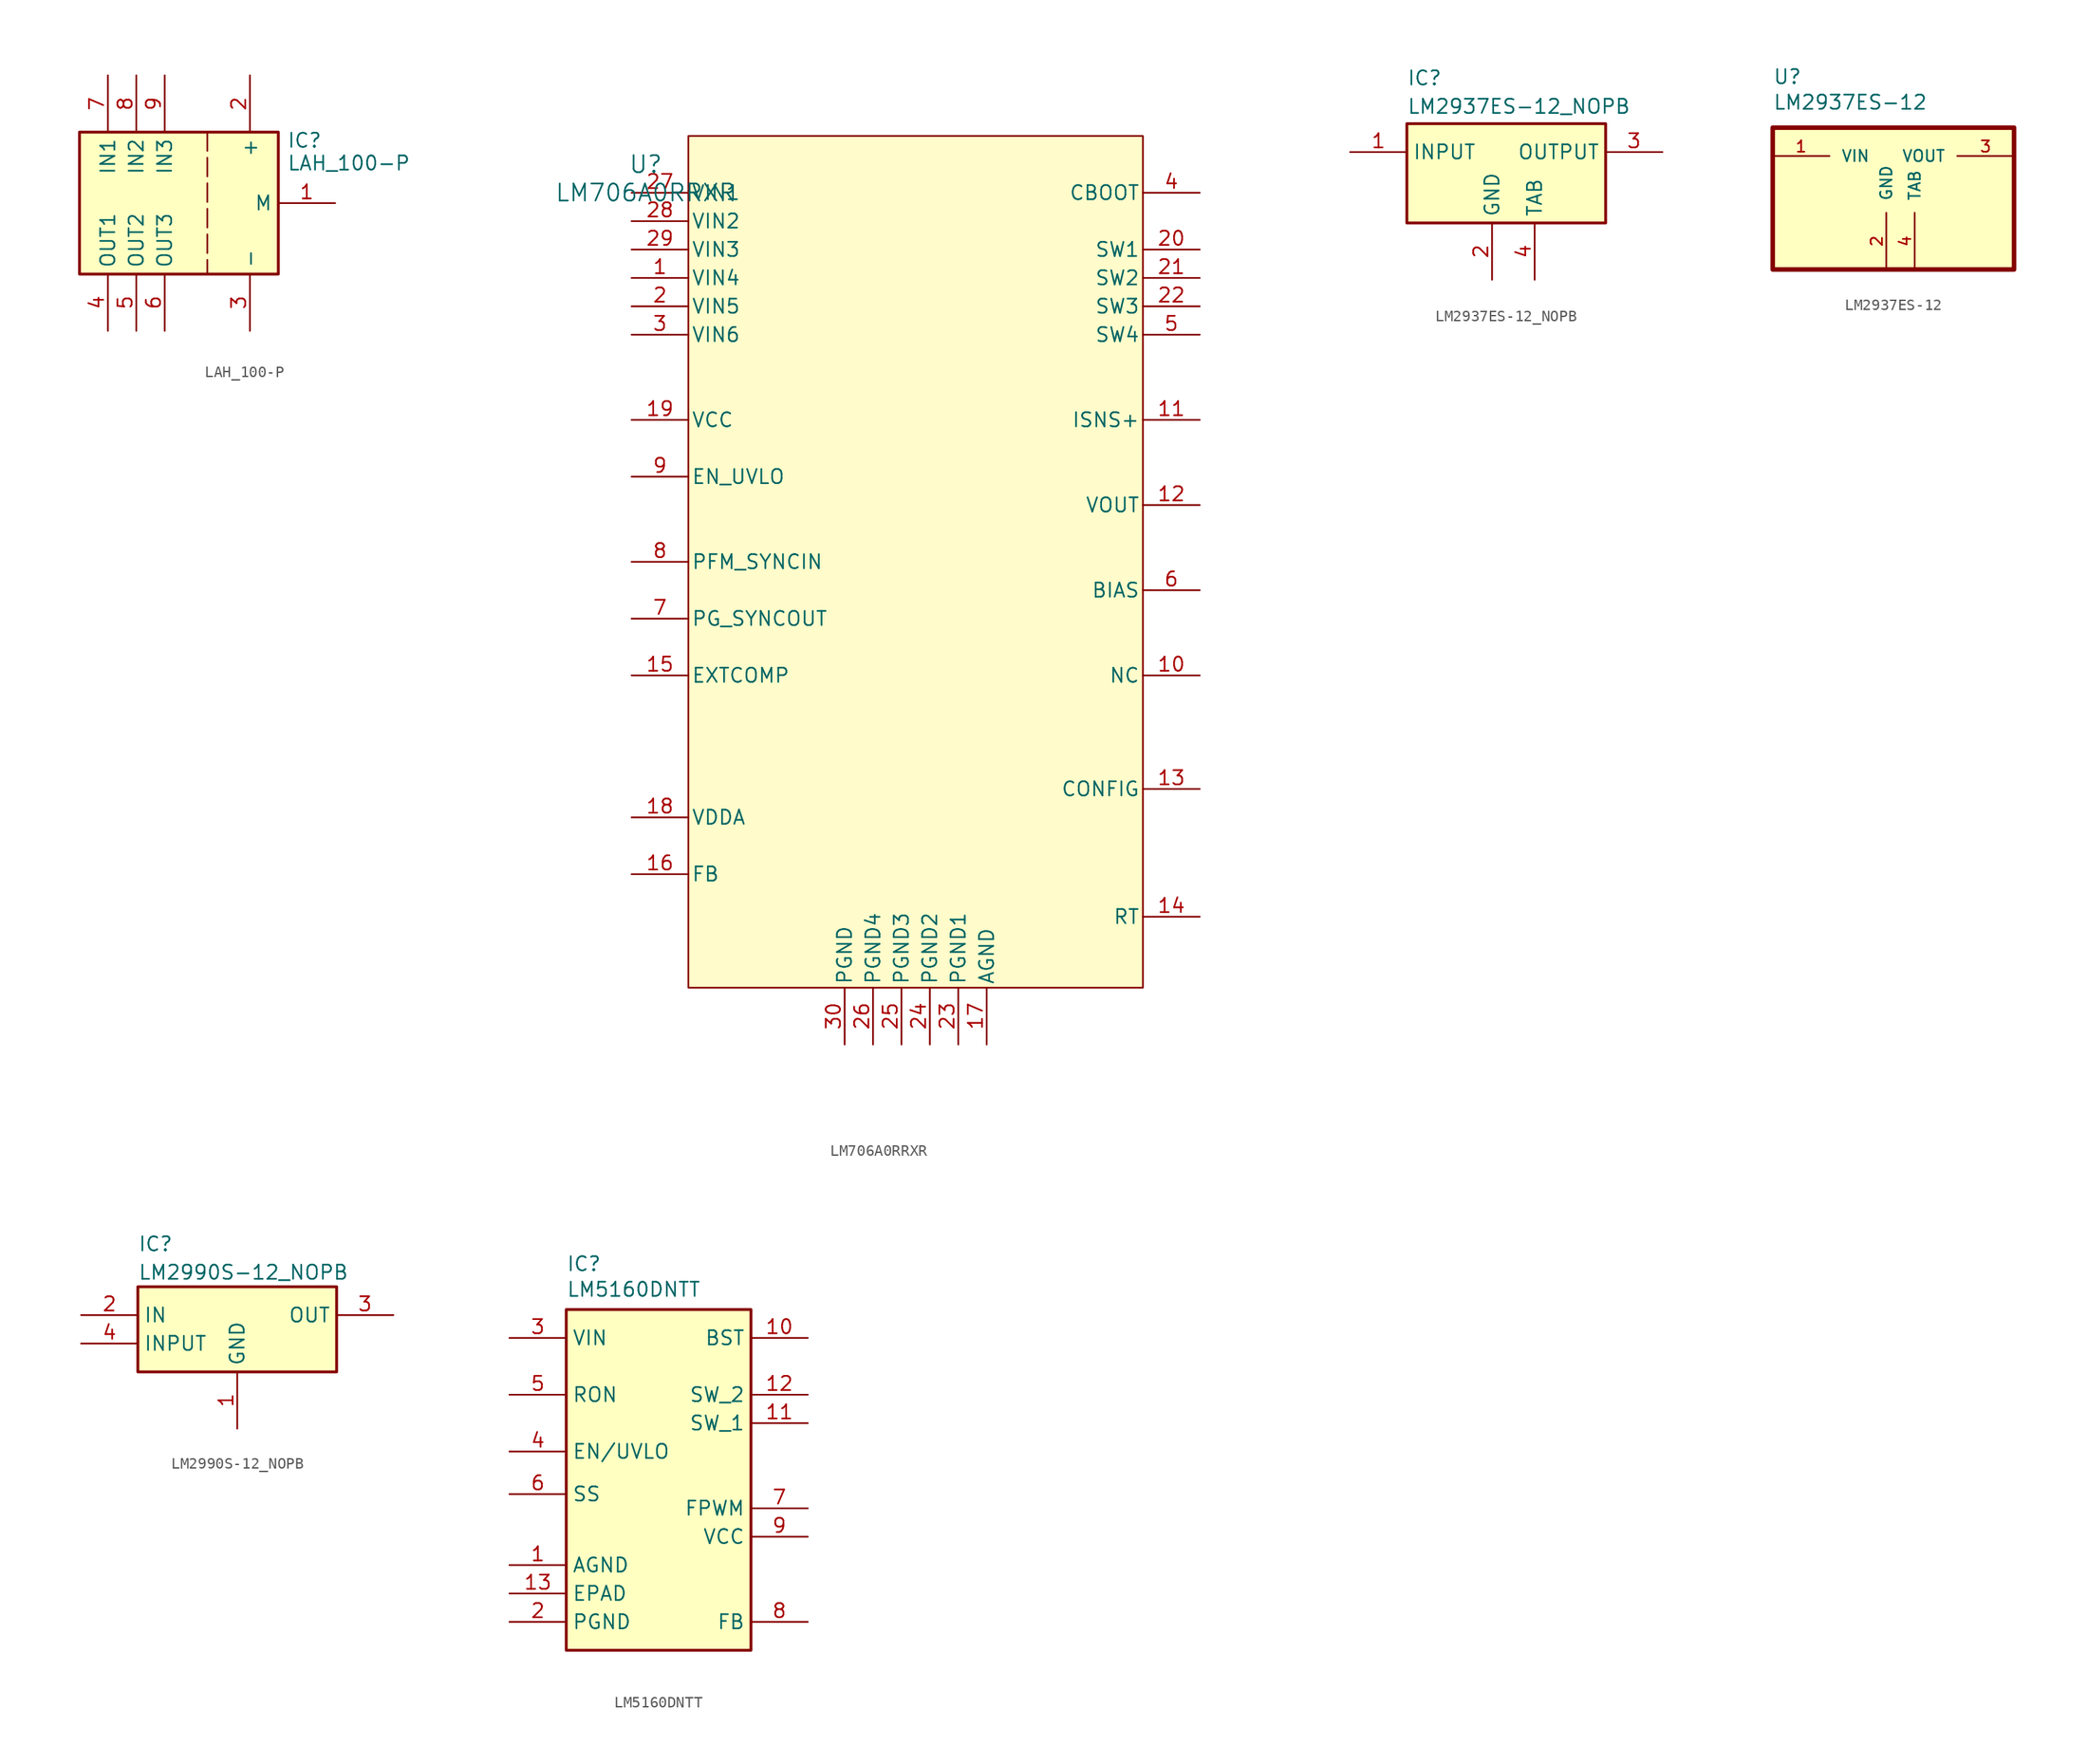
<source format=kicad_sym>
(kicad_symbol_lib
  (version 20241209)
  (generator "kicad_symbol_editor")
  (generator_version "9.0")
  (symbol "LAH_100-P"
    (property "Reference" "IC"
      (at 8.382 11.43 0)
      (effects (font (size 1.27 1.27)) (justify left top)))
    (property "Value" "LAH_100-P"
      (at 8.382 9.398 0)
      (effects (font (size 1.27 1.27)) (justify left top)))
    (symbol "LAH_100-P_1_1"
      (rectangle (start -10.16 11.43) (end 7.62 -1.27) (stroke (width 0.254) (type default)) (fill (type background)))
      (polyline (pts (xy 1.27 11.43) (xy 1.27 -1.27)) (stroke (width 0) (type dash)) (fill (type none)))
      (pin passive line (at -7.62 16.51 270) (length 5.08) (name "IN1" (effects (font (size 1.27 1.27)))) (number "7" (effects (font (size 1.27 1.27)))))
      (pin passive line (at -7.62 -6.35 90) (length 5.08) (name "OUT1" (effects (font (size 1.27 1.27)))) (number "4" (effects (font (size 1.27 1.27)))))
      (pin passive line (at -5.08 16.51 270) (length 5.08) (name "IN2" (effects (font (size 1.27 1.27)))) (number "8" (effects (font (size 1.27 1.27)))))
      (pin passive line (at -5.08 -6.35 90) (length 5.08) (name "OUT2" (effects (font (size 1.27 1.27)))) (number "5" (effects (font (size 1.27 1.27)))))
      (pin passive line (at -2.54 16.51 270) (length 5.08) (name "IN3" (effects (font (size 1.27 1.27)))) (number "9" (effects (font (size 1.27 1.27)))))
      (pin passive line (at -2.54 -6.35 90) (length 5.08) (name "OUT3" (effects (font (size 1.27 1.27)))) (number "6" (effects (font (size 1.27 1.27)))))
      (pin input line (at 5.08 16.51 270) (length 5.08) (name "+" (effects (font (size 1.27 1.27)))) (number "2" (effects (font (size 1.27 1.27)))))
      (pin input line (at 5.08 -6.35 90) (length 5.08) (name "-" (effects (font (size 1.27 1.27)))) (number "3" (effects (font (size 1.27 1.27)))))
      (pin passive line (at 12.7 5.08 180) (length 5.08) (name "M" (effects (font (size 1.27 1.27)))) (number "1" (effects (font (size 1.27 1.27)))))))
  (symbol "LM706A0RRXR"
    (pin_names
      (offset 0.254))
    (property "Reference" "U"
      (at 0 2.54 0)
      (effects (font (size 1.524 1.524))))
    (property "Value" "LM706A0RRXR"
      (at 0 0 0)
      (effects (font (size 1.524 1.524))))
    (symbol "LM706A0RRXR_0_1"
      (pin power_in line (at -1.27 0 0) (length 5.08) (name "VIN1" (effects (font (size 1.27 1.27)))) (number "27" (effects (font (size 1.27 1.27)))))
      (pin power_in line (at -1.27 -2.54 0) (length 5.08) (name "VIN2" (effects (font (size 1.27 1.27)))) (number "28" (effects (font (size 1.27 1.27)))))
      (pin power_in line (at -1.27 -5.08 0) (length 5.08) (name "VIN3" (effects (font (size 1.27 1.27)))) (number "29" (effects (font (size 1.27 1.27)))))
      (pin power_in line (at -1.27 -7.62 0) (length 5.08) (name "VIN4" (effects (font (size 1.27 1.27)))) (number "1" (effects (font (size 1.27 1.27)))))
      (pin power_in line (at -1.27 -10.16 0) (length 5.08) (name "VIN5" (effects (font (size 1.27 1.27)))) (number "2" (effects (font (size 1.27 1.27)))))
      (pin power_in line (at -1.27 -12.7 0) (length 5.08) (name "VIN6" (effects (font (size 1.27 1.27)))) (number "3" (effects (font (size 1.27 1.27)))))
      (pin power_in line (at -1.27 -20.32 0) (length 5.08) (name "VCC" (effects (font (size 1.27 1.27)))) (number "19" (effects (font (size 1.27 1.27)))))
      (pin input line (at -1.27 -25.4 0) (length 5.08) (name "EN_UVLO" (effects (font (size 1.27 1.27)))) (number "9" (effects (font (size 1.27 1.27)))))
      (pin input line (at -1.27 -33.02 0) (length 5.08) (name "PFM_SYNCIN" (effects (font (size 1.27 1.27)))) (number "8" (effects (font (size 1.27 1.27)))))
      (pin output line (at -1.27 -38.1 0) (length 5.08) (name "PG_SYNCOUT" (effects (font (size 1.27 1.27)))) (number "7" (effects (font (size 1.27 1.27)))))
      (pin unspecified line (at -1.27 -43.18 0) (length 5.08) (name "EXTCOMP" (effects (font (size 1.27 1.27)))) (number "15" (effects (font (size 1.27 1.27)))))
      (pin power_in line (at -1.27 -55.88 0) (length 5.08) (name "VDDA" (effects (font (size 1.27 1.27)))) (number "18" (effects (font (size 1.27 1.27)))))
      (pin unspecified line (at -1.27 -60.96 0) (length 5.08) (name "FB" (effects (font (size 1.27 1.27)))) (number "16" (effects (font (size 1.27 1.27)))))
      (pin power_in line (at 17.78 -76.2 90) (length 5.08) (name "PGND" (effects (font (size 1.27 1.27)))) (number "30" (effects (font (size 1.27 1.27)))))
      (pin power_in line (at 20.32 -76.2 90) (length 5.08) (name "PGND4" (effects (font (size 1.27 1.27)))) (number "26" (effects (font (size 1.27 1.27)))))
      (pin power_in line (at 22.86 -76.2 90) (length 5.08) (name "PGND3" (effects (font (size 1.27 1.27)))) (number "25" (effects (font (size 1.27 1.27)))))
      (pin power_in line (at 25.4 -76.2 90) (length 5.08) (name "PGND2" (effects (font (size 1.27 1.27)))) (number "24" (effects (font (size 1.27 1.27)))))
      (pin power_in line (at 27.94 -76.2 90) (length 5.08) (name "PGND1" (effects (font (size 1.27 1.27)))) (number "23" (effects (font (size 1.27 1.27)))))
      (pin power_in line (at 30.48 -76.2 90) (length 5.08) (name "AGND" (effects (font (size 1.27 1.27)))) (number "17" (effects (font (size 1.27 1.27)))))
      (pin unspecified line (at 49.53 0 180) (length 5.08) (name "CBOOT" (effects (font (size 1.27 1.27)))) (number "4" (effects (font (size 1.27 1.27)))))
      (pin unspecified line (at 49.53 -5.08 180) (length 5.08) (name "SW1" (effects (font (size 1.27 1.27)))) (number "20" (effects (font (size 1.27 1.27)))))
      (pin unspecified line (at 49.53 -7.62 180) (length 5.08) (name "SW2" (effects (font (size 1.27 1.27)))) (number "21" (effects (font (size 1.27 1.27)))))
      (pin unspecified line (at 49.53 -10.16 180) (length 5.08) (name "SW3" (effects (font (size 1.27 1.27)))) (number "22" (effects (font (size 1.27 1.27)))))
      (pin unspecified line (at 49.53 -12.7 180) (length 5.08) (name "SW4" (effects (font (size 1.27 1.27)))) (number "5" (effects (font (size 1.27 1.27)))))
      (pin unspecified line (at 49.53 -20.32 180) (length 5.08) (name "ISNS+" (effects (font (size 1.27 1.27)))) (number "11" (effects (font (size 1.27 1.27)))))
      (pin unspecified line (at 49.53 -27.94 180) (length 5.08) (name "VOUT" (effects (font (size 1.27 1.27)))) (number "12" (effects (font (size 1.27 1.27)))))
      (pin unspecified line (at 49.53 -35.56 180) (length 5.08) (name "BIAS" (effects (font (size 1.27 1.27)))) (number "6" (effects (font (size 1.27 1.27)))))
      (pin unspecified line (at 49.53 -43.18 180) (length 5.08) (name "NC" (effects (font (size 1.27 1.27)))) (number "10" (effects (font (size 1.27 1.27)))))
      (pin input line (at 49.53 -53.34 180) (length 5.08) (name "CONFIG" (effects (font (size 1.27 1.27)))) (number "13" (effects (font (size 1.27 1.27)))))
      (pin unspecified line (at 49.53 -64.77 180) (length 5.08) (name "RT" (effects (font (size 1.27 1.27)))) (number "14" (effects (font (size 1.27 1.27))))))
    (symbol "LM706A0RRXR_1_1"
      (rectangle (start 3.81 5.08) (end 44.45 -71.12) (stroke (width 0) (type solid)) (fill (type color) (color 255 251 202 1)))))
  (symbol "LM2937ES-12_NOPB"
    (property "Reference" "IC"
      (at -11.43 9.906 0)
      (effects (font (size 1.27 1.27)) (justify left top)))
    (property "Value" "LM2937ES-12_NOPB"
      (at -11.43 7.366 0)
      (effects (font (size 1.27 1.27)) (justify left top)))
    (symbol "LM2937ES-12_NOPB_1_1"
      (rectangle (start -11.43 5.08) (end 6.35 -3.81) (stroke (width 0.254) (type default)) (fill (type background)))
      (pin power_in line (at -16.51 2.54 0) (length 5.08) (name "INPUT" (effects (font (size 1.27 1.27)))) (number "1" (effects (font (size 1.27 1.27)))))
      (pin power_in line (at -3.81 -8.89 90) (length 5.08) (name "GND" (effects (font (size 1.27 1.27)))) (number "2" (effects (font (size 1.27 1.27)))))
      (pin power_in line (at 0 -8.89 90) (length 5.08) (name "TAB" (effects (font (size 1.27 1.27)))) (number "4" (effects (font (size 1.27 1.27)))))
      (pin power_out line (at 11.43 2.54 180) (length 5.08) (name "OUTPUT" (effects (font (size 1.27 1.27)))) (number "3" (effects (font (size 1.27 1.27)))))))
  (symbol "LM2937ES-12"
    (pin_names
      (offset 1.016))
    (property "Reference" "U"
      (at -11.43 11.43 0)
      (effects (font (size 1.27 1.27)) (justify left bottom)))
    (property "Value" "LM2937ES-12"
      (at -11.43 9.144 0)
      (effects (font (size 1.27 1.27)) (justify left bottom)))
    (symbol "LM2937ES-12_0_0"
      (rectangle (start -11.43 7.62) (end 10.16 -5.08) (stroke (width 0.41) (type default)) (fill (type background)))
      (pin input line (at -11.43 5.08 0) (length 5.08) (name "VIN" (effects (font (size 1.016 1.016)))) (number "1" (effects (font (size 1.016 1.016)))))
      (pin power_in line (at -1.27 -5.08 90) (length 5.08) (name "GND" (effects (font (size 1.016 1.016)))) (number "2" (effects (font (size 1.016 1.016)))))
      (pin bidirectional line (at 1.27 -5.08 90) (length 5.08) (name "TAB" (effects (font (size 1.016 1.016)))) (number "4" (effects (font (size 1.016 1.016)))))
      (pin output line (at 10.16 5.08 180) (length 5.08) (name "VOUT" (effects (font (size 1.016 1.016)))) (number "3" (effects (font (size 1.016 1.016)))))))
  (symbol "LM2990S-12_NOPB"
    (property "Reference" "IC"
      (at -8.89 9.652 0)
      (effects (font (size 1.27 1.27)) (justify left top)))
    (property "Value" "LM2990S-12_NOPB"
      (at -8.89 7.112 0)
      (effects (font (size 1.27 1.27)) (justify left top)))
    (symbol "LM2990S-12_NOPB_1_1"
      (rectangle (start -8.89 5.08) (end 8.89 -2.54) (stroke (width 0.254) (type default)) (fill (type background)))
      (pin power_in line (at -13.97 2.54 0) (length 5.08) (name "IN" (effects (font (size 1.27 1.27)))) (number "2" (effects (font (size 1.27 1.27)))))
      (pin power_in line (at -13.97 0 0) (length 5.08) (name "INPUT" (effects (font (size 1.27 1.27)))) (number "4" (effects (font (size 1.27 1.27)))))
      (pin power_in line (at 0 -7.62 90) (length 5.08) (name "GND" (effects (font (size 1.27 1.27)))) (number "1" (effects (font (size 1.27 1.27)))))
      (pin power_out line (at 13.97 2.54 180) (length 5.08) (name "OUT" (effects (font (size 1.27 1.27)))) (number "3" (effects (font (size 1.27 1.27)))))))
  (symbol "LM5160DNTT"
    (property "Reference" "IC"
      (at -7.62 18.796 0)
      (effects (font (size 1.27 1.27)) (justify left top)))
    (property "Value" "LM5160DNTT"
      (at -7.62 16.51 0)
      (effects (font (size 1.27 1.27)) (justify left top)))
    (symbol "LM5160DNTT_1_1"
      (rectangle (start -7.62 13.97) (end 8.89 -16.51) (stroke (width 0.254) (type default)) (fill (type background)))
      (pin power_in line (at -12.7 11.43 0) (length 5.08) (name "VIN" (effects (font (size 1.27 1.27)))) (number "3" (effects (font (size 1.27 1.27)))))
      (pin input line (at -12.7 6.35 0) (length 5.08) (name "RON" (effects (font (size 1.27 1.27)))) (number "5" (effects (font (size 1.27 1.27)))))
      (pin input line (at -12.7 1.27 0) (length 5.08) (name "EN/UVLO" (effects (font (size 1.27 1.27)))) (number "4" (effects (font (size 1.27 1.27)))))
      (pin input line (at -12.7 -2.54 0) (length 5.08) (name "SS" (effects (font (size 1.27 1.27)))) (number "6" (effects (font (size 1.27 1.27)))))
      (pin power_in line (at -12.7 -8.89 0) (length 5.08) (name "AGND" (effects (font (size 1.27 1.27)))) (number "1" (effects (font (size 1.27 1.27)))))
      (pin power_in line (at -12.7 -11.43 0) (length 5.08) (name "EPAD" (effects (font (size 1.27 1.27)))) (number "13" (effects (font (size 1.27 1.27)))))
      (pin power_in line (at -12.7 -13.97 0) (length 5.08) (name "PGND" (effects (font (size 1.27 1.27)))) (number "2" (effects (font (size 1.27 1.27)))))
      (pin passive line (at 13.97 11.43 180) (length 5.08) (name "BST" (effects (font (size 1.27 1.27)))) (number "10" (effects (font (size 1.27 1.27)))))
      (pin passive line (at 13.97 6.35 180) (length 5.08) (name "SW_2" (effects (font (size 1.27 1.27)))) (number "12" (effects (font (size 1.27 1.27)))))
      (pin passive line (at 13.97 3.81 180) (length 5.08) (name "SW_1" (effects (font (size 1.27 1.27)))) (number "11" (effects (font (size 1.27 1.27)))))
      (pin input line (at 13.97 -3.81 180) (length 5.08) (name "FPWM" (effects (font (size 1.27 1.27)))) (number "7" (effects (font (size 1.27 1.27)))))
      (pin power_out line (at 13.97 -6.35 180) (length 5.08) (name "VCC" (effects (font (size 1.27 1.27)))) (number "9" (effects (font (size 1.27 1.27)))))
      (pin input line (at 13.97 -13.97 180) (length 5.08) (name "FB" (effects (font (size 1.27 1.27)))) (number "8" (effects (font (size 1.27 1.27))))))))
</source>
